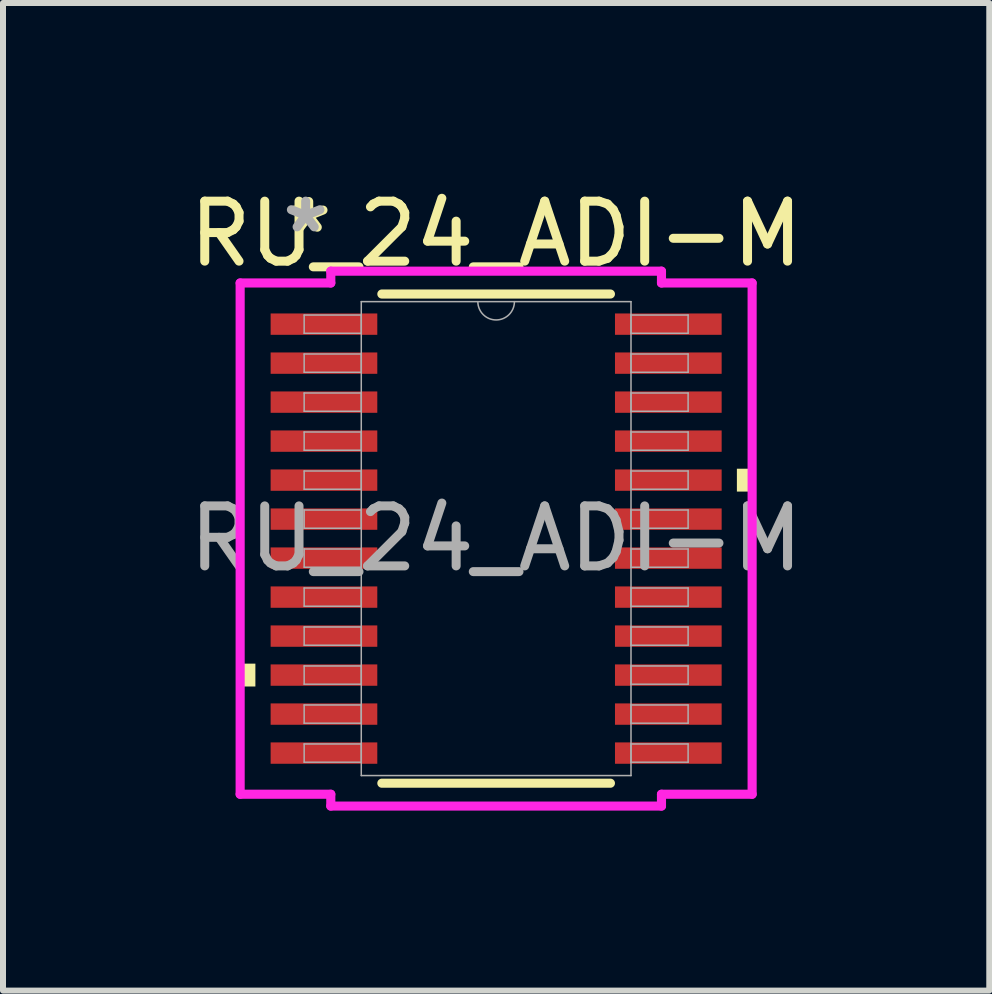
<source format=kicad_pcb>
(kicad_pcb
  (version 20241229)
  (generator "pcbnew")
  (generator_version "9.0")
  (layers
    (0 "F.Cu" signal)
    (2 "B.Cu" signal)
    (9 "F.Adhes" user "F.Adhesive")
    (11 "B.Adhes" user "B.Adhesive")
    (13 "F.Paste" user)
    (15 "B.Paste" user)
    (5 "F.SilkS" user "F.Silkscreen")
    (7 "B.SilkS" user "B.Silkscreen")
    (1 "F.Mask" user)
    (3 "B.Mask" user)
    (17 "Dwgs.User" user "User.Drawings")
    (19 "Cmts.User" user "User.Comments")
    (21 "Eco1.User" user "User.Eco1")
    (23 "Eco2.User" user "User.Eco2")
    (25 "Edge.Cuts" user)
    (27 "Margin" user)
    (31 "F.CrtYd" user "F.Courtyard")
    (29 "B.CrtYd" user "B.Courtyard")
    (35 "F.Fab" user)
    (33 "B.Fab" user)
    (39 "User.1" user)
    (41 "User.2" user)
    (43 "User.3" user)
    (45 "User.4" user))
  (footprint "RU_24_ADI-M"
    (layer "F.Cu")
    (at 5.22 5.928)
    (property "Reference" "RU_24_ADI-M" (at 0 -5.08 0) (unlocked yes) (layer "F.SilkS") (effects (font (size 1 1) (thickness 0.15))))
    (attr smd)
    (fp_line (start -1.905 4.077) (end 1.905 4.077) (stroke (width 0.152) (type solid)) (layer "F.SilkS"))
    (fp_line (start 1.905 -4.077) (end -1.905 -4.077) (stroke (width 0.152) (type solid)) (layer "F.SilkS"))
    (fp_poly (pts (xy -4.267 2.084) (xy -4.267 2.465) (xy -4.013 2.465) (xy -4.013 2.084)) (stroke (width 0) (type solid)) (fill yes) (layer "F.SilkS"))
    (fp_poly (pts (xy 4.267 -1.165) (xy 4.267 -0.784) (xy 4.013 -0.784) (xy 4.013 -1.165)) (stroke (width 0) (type solid)) (fill yes) (layer "F.SilkS"))
    (fp_line (start -4.267 -4.261) (end -2.756 -4.261) (stroke (width 0.152) (type solid)) (layer "F.CrtYd"))
    (fp_line (start -4.267 4.261) (end -4.267 -4.261) (stroke (width 0.152) (type solid)) (layer "F.CrtYd"))
    (fp_line (start -4.267 4.261) (end -2.756 4.261) (stroke (width 0.152) (type solid)) (layer "F.CrtYd"))
    (fp_line (start -2.756 -4.458) (end 2.756 -4.458) (stroke (width 0.152) (type solid)) (layer "F.CrtYd"))
    (fp_line (start -2.756 -4.261) (end -2.756 -4.458) (stroke (width 0.152) (type solid)) (layer "F.CrtYd"))
    (fp_line (start -2.756 4.458) (end -2.756 4.261) (stroke (width 0.152) (type solid)) (layer "F.CrtYd"))
    (fp_line (start 2.756 -4.458) (end 2.756 -4.261) (stroke (width 0.152) (type solid)) (layer "F.CrtYd"))
    (fp_line (start 2.756 4.261) (end 2.756 4.458) (stroke (width 0.152) (type solid)) (layer "F.CrtYd"))
    (fp_line (start 2.756 4.458) (end -2.756 4.458) (stroke (width 0.152) (type solid)) (layer "F.CrtYd"))
    (fp_line (start 4.267 -4.261) (end 2.756 -4.261) (stroke (width 0.152) (type solid)) (layer "F.CrtYd"))
    (fp_line (start 4.267 -4.261) (end 4.267 4.261) (stroke (width 0.152) (type solid)) (layer "F.CrtYd"))
    (fp_line (start 4.267 4.261) (end 2.756 4.261) (stroke (width 0.152) (type solid)) (layer "F.CrtYd"))
    (fp_line (start -3.2 -3.727) (end -3.2 -3.423) (stroke (width 0.025) (type solid)) (layer "F.Fab"))
    (fp_line (start -3.2 -3.423) (end -2.248 -3.423) (stroke (width 0.025) (type solid)) (layer "F.Fab"))
    (fp_line (start -3.2 -3.077) (end -3.2 -2.773) (stroke (width 0.025) (type solid)) (layer "F.Fab"))
    (fp_line (start -3.2 -2.773) (end -2.248 -2.773) (stroke (width 0.025) (type solid)) (layer "F.Fab"))
    (fp_line (start -3.2 -2.427) (end -3.2 -2.123) (stroke (width 0.025) (type solid)) (layer "F.Fab"))
    (fp_line (start -3.2 -2.123) (end -2.248 -2.123) (stroke (width 0.025) (type solid)) (layer "F.Fab"))
    (fp_line (start -3.2 -1.777) (end -3.2 -1.473) (stroke (width 0.025) (type solid)) (layer "F.Fab"))
    (fp_line (start -3.2 -1.473) (end -2.248 -1.473) (stroke (width 0.025) (type solid)) (layer "F.Fab"))
    (fp_line (start -3.2 -1.127) (end -3.2 -0.823) (stroke (width 0.025) (type solid)) (layer "F.Fab"))
    (fp_line (start -3.2 -0.823) (end -2.248 -0.823) (stroke (width 0.025) (type solid)) (layer "F.Fab"))
    (fp_line (start -3.2 -0.477) (end -3.2 -0.173) (stroke (width 0.025) (type solid)) (layer "F.Fab"))
    (fp_line (start -3.2 -0.173) (end -2.248 -0.173) (stroke (width 0.025) (type solid)) (layer "F.Fab"))
    (fp_line (start -3.2 0.173) (end -3.2 0.477) (stroke (width 0.025) (type solid)) (layer "F.Fab"))
    (fp_line (start -3.2 0.477) (end -2.248 0.477) (stroke (width 0.025) (type solid)) (layer "F.Fab"))
    (fp_line (start -3.2 0.823) (end -3.2 1.127) (stroke (width 0.025) (type solid)) (layer "F.Fab"))
    (fp_line (start -3.2 1.127) (end -2.248 1.127) (stroke (width 0.025) (type solid)) (layer "F.Fab"))
    (fp_line (start -3.2 1.473) (end -3.2 1.777) (stroke (width 0.025) (type solid)) (layer "F.Fab"))
    (fp_line (start -3.2 1.777) (end -2.248 1.777) (stroke (width 0.025) (type solid)) (layer "F.Fab"))
    (fp_line (start -3.2 2.123) (end -3.2 2.427) (stroke (width 0.025) (type solid)) (layer "F.Fab"))
    (fp_line (start -3.2 2.427) (end -2.248 2.427) (stroke (width 0.025) (type solid)) (layer "F.Fab"))
    (fp_line (start -3.2 2.773) (end -3.2 3.077) (stroke (width 0.025) (type solid)) (layer "F.Fab"))
    (fp_line (start -3.2 3.077) (end -2.248 3.077) (stroke (width 0.025) (type solid)) (layer "F.Fab"))
    (fp_line (start -3.2 3.423) (end -3.2 3.727) (stroke (width 0.025) (type solid)) (layer "F.Fab"))
    (fp_line (start -3.2 3.727) (end -2.248 3.727) (stroke (width 0.025) (type solid)) (layer "F.Fab"))
    (fp_line (start -2.248 -3.95) (end -2.248 3.95) (stroke (width 0.025) (type solid)) (layer "F.Fab"))
    (fp_line (start -2.248 -3.727) (end -3.2 -3.727) (stroke (width 0.025) (type solid)) (layer "F.Fab"))
    (fp_line (start -2.248 -3.423) (end -2.248 -3.727) (stroke (width 0.025) (type solid)) (layer "F.Fab"))
    (fp_line (start -2.248 -3.077) (end -3.2 -3.077) (stroke (width 0.025) (type solid)) (layer "F.Fab"))
    (fp_line (start -2.248 -2.773) (end -2.248 -3.077) (stroke (width 0.025) (type solid)) (layer "F.Fab"))
    (fp_line (start -2.248 -2.427) (end -3.2 -2.427) (stroke (width 0.025) (type solid)) (layer "F.Fab"))
    (fp_line (start -2.248 -2.123) (end -2.248 -2.427) (stroke (width 0.025) (type solid)) (layer "F.Fab"))
    (fp_line (start -2.248 -1.777) (end -3.2 -1.777) (stroke (width 0.025) (type solid)) (layer "F.Fab"))
    (fp_line (start -2.248 -1.473) (end -2.248 -1.777) (stroke (width 0.025) (type solid)) (layer "F.Fab"))
    (fp_line (start -2.248 -1.127) (end -3.2 -1.127) (stroke (width 0.025) (type solid)) (layer "F.Fab"))
    (fp_line (start -2.248 -0.823) (end -2.248 -1.127) (stroke (width 0.025) (type solid)) (layer "F.Fab"))
    (fp_line (start -2.248 -0.477) (end -3.2 -0.477) (stroke (width 0.025) (type solid)) (layer "F.Fab"))
    (fp_line (start -2.248 -0.173) (end -2.248 -0.477) (stroke (width 0.025) (type solid)) (layer "F.Fab"))
    (fp_line (start -2.248 0.173) (end -3.2 0.173) (stroke (width 0.025) (type solid)) (layer "F.Fab"))
    (fp_line (start -2.248 0.477) (end -2.248 0.173) (stroke (width 0.025) (type solid)) (layer "F.Fab"))
    (fp_line (start -2.248 0.823) (end -3.2 0.823) (stroke (width 0.025) (type solid)) (layer "F.Fab"))
    (fp_line (start -2.248 1.127) (end -2.248 0.823) (stroke (width 0.025) (type solid)) (layer "F.Fab"))
    (fp_line (start -2.248 1.473) (end -3.2 1.473) (stroke (width 0.025) (type solid)) (layer "F.Fab"))
    (fp_line (start -2.248 1.777) (end -2.248 1.473) (stroke (width 0.025) (type solid)) (layer "F.Fab"))
    (fp_line (start -2.248 2.123) (end -3.2 2.123) (stroke (width 0.025) (type solid)) (layer "F.Fab"))
    (fp_line (start -2.248 2.427) (end -2.248 2.123) (stroke (width 0.025) (type solid)) (layer "F.Fab"))
    (fp_line (start -2.248 2.773) (end -3.2 2.773) (stroke (width 0.025) (type solid)) (layer "F.Fab"))
    (fp_line (start -2.248 3.077) (end -2.248 2.773) (stroke (width 0.025) (type solid)) (layer "F.Fab"))
    (fp_line (start -2.248 3.423) (end -3.2 3.423) (stroke (width 0.025) (type solid)) (layer "F.Fab"))
    (fp_line (start -2.248 3.727) (end -2.248 3.423) (stroke (width 0.025) (type solid)) (layer "F.Fab"))
    (fp_line (start -2.248 3.95) (end 2.248 3.95) (stroke (width 0.025) (type solid)) (layer "F.Fab"))
    (fp_line (start 2.248 -3.95) (end -2.248 -3.95) (stroke (width 0.025) (type solid)) (layer "F.Fab"))
    (fp_line (start 2.248 -3.727) (end 2.248 -3.423) (stroke (width 0.025) (type solid)) (layer "F.Fab"))
    (fp_line (start 2.248 -3.423) (end 3.2 -3.423) (stroke (width 0.025) (type solid)) (layer "F.Fab"))
    (fp_line (start 2.248 -3.077) (end 2.248 -2.773) (stroke (width 0.025) (type solid)) (layer "F.Fab"))
    (fp_line (start 2.248 -2.773) (end 3.2 -2.773) (stroke (width 0.025) (type solid)) (layer "F.Fab"))
    (fp_line (start 2.248 -2.427) (end 2.248 -2.123) (stroke (width 0.025) (type solid)) (layer "F.Fab"))
    (fp_line (start 2.248 -2.123) (end 3.2 -2.123) (stroke (width 0.025) (type solid)) (layer "F.Fab"))
    (fp_line (start 2.248 -1.777) (end 2.248 -1.473) (stroke (width 0.025) (type solid)) (layer "F.Fab"))
    (fp_line (start 2.248 -1.473) (end 3.2 -1.473) (stroke (width 0.025) (type solid)) (layer "F.Fab"))
    (fp_line (start 2.248 -1.127) (end 2.248 -0.823) (stroke (width 0.025) (type solid)) (layer "F.Fab"))
    (fp_line (start 2.248 -0.823) (end 3.2 -0.823) (stroke (width 0.025) (type solid)) (layer "F.Fab"))
    (fp_line (start 2.248 -0.477) (end 2.248 -0.173) (stroke (width 0.025) (type solid)) (layer "F.Fab"))
    (fp_line (start 2.248 -0.173) (end 3.2 -0.173) (stroke (width 0.025) (type solid)) (layer "F.Fab"))
    (fp_line (start 2.248 0.173) (end 2.248 0.477) (stroke (width 0.025) (type solid)) (layer "F.Fab"))
    (fp_line (start 2.248 0.477) (end 3.2 0.477) (stroke (width 0.025) (type solid)) (layer "F.Fab"))
    (fp_line (start 2.248 0.823) (end 2.248 1.127) (stroke (width 0.025) (type solid)) (layer "F.Fab"))
    (fp_line (start 2.248 1.127) (end 3.2 1.127) (stroke (width 0.025) (type solid)) (layer "F.Fab"))
    (fp_line (start 2.248 1.473) (end 2.248 1.777) (stroke (width 0.025) (type solid)) (layer "F.Fab"))
    (fp_line (start 2.248 1.777) (end 3.2 1.777) (stroke (width 0.025) (type solid)) (layer "F.Fab"))
    (fp_line (start 2.248 2.123) (end 2.248 2.427) (stroke (width 0.025) (type solid)) (layer "F.Fab"))
    (fp_line (start 2.248 2.427) (end 3.2 2.427) (stroke (width 0.025) (type solid)) (layer "F.Fab"))
    (fp_line (start 2.248 2.773) (end 2.248 3.077) (stroke (width 0.025) (type solid)) (layer "F.Fab"))
    (fp_line (start 2.248 3.077) (end 3.2 3.077) (stroke (width 0.025) (type solid)) (layer "F.Fab"))
    (fp_line (start 2.248 3.423) (end 2.248 3.727) (stroke (width 0.025) (type solid)) (layer "F.Fab"))
    (fp_line (start 2.248 3.727) (end 3.2 3.727) (stroke (width 0.025) (type solid)) (layer "F.Fab"))
    (fp_line (start 2.248 3.95) (end 2.248 -3.95) (stroke (width 0.025) (type solid)) (layer "F.Fab"))
    (fp_line (start 3.2 -3.727) (end 2.248 -3.727) (stroke (width 0.025) (type solid)) (layer "F.Fab"))
    (fp_line (start 3.2 -3.423) (end 3.2 -3.727) (stroke (width 0.025) (type solid)) (layer "F.Fab"))
    (fp_line (start 3.2 -3.077) (end 2.248 -3.077) (stroke (width 0.025) (type solid)) (layer "F.Fab"))
    (fp_line (start 3.2 -2.773) (end 3.2 -3.077) (stroke (width 0.025) (type solid)) (layer "F.Fab"))
    (fp_line (start 3.2 -2.427) (end 2.248 -2.427) (stroke (width 0.025) (type solid)) (layer "F.Fab"))
    (fp_line (start 3.2 -2.123) (end 3.2 -2.427) (stroke (width 0.025) (type solid)) (layer "F.Fab"))
    (fp_line (start 3.2 -1.777) (end 2.248 -1.777) (stroke (width 0.025) (type solid)) (layer "F.Fab"))
    (fp_line (start 3.2 -1.473) (end 3.2 -1.777) (stroke (width 0.025) (type solid)) (layer "F.Fab"))
    (fp_line (start 3.2 -1.127) (end 2.248 -1.127) (stroke (width 0.025) (type solid)) (layer "F.Fab"))
    (fp_line (start 3.2 -0.823) (end 3.2 -1.127) (stroke (width 0.025) (type solid)) (layer "F.Fab"))
    (fp_line (start 3.2 -0.477) (end 2.248 -0.477) (stroke (width 0.025) (type solid)) (layer "F.Fab"))
    (fp_line (start 3.2 -0.173) (end 3.2 -0.477) (stroke (width 0.025) (type solid)) (layer "F.Fab"))
    (fp_line (start 3.2 0.173) (end 2.248 0.173) (stroke (width 0.025) (type solid)) (layer "F.Fab"))
    (fp_line (start 3.2 0.477) (end 3.2 0.173) (stroke (width 0.025) (type solid)) (layer "F.Fab"))
    (fp_line (start 3.2 0.823) (end 2.248 0.823) (stroke (width 0.025) (type solid)) (layer "F.Fab"))
    (fp_line (start 3.2 1.127) (end 3.2 0.823) (stroke (width 0.025) (type solid)) (layer "F.Fab"))
    (fp_line (start 3.2 1.473) (end 2.248 1.473) (stroke (width 0.025) (type solid)) (layer "F.Fab"))
    (fp_line (start 3.2 1.777) (end 3.2 1.473) (stroke (width 0.025) (type solid)) (layer "F.Fab"))
    (fp_line (start 3.2 2.123) (end 2.248 2.123) (stroke (width 0.025) (type solid)) (layer "F.Fab"))
    (fp_line (start 3.2 2.427) (end 3.2 2.123) (stroke (width 0.025) (type solid)) (layer "F.Fab"))
    (fp_line (start 3.2 2.773) (end 2.248 2.773) (stroke (width 0.025) (type solid)) (layer "F.Fab"))
    (fp_line (start 3.2 3.077) (end 3.2 2.773) (stroke (width 0.025) (type solid)) (layer "F.Fab"))
    (fp_line (start 3.2 3.423) (end 2.248 3.423) (stroke (width 0.025) (type solid)) (layer "F.Fab"))
    (fp_line (start 3.2 3.727) (end 3.2 3.423) (stroke (width 0.025) (type solid)) (layer "F.Fab"))
    (fp_arc (start 0.3048 -3.9497) (mid 0 -3.6449) (end -0.3048 -3.9497) (stroke (width 0.0254) (type solid)) (layer "F.Fab"))
    (fp_text user "*" (at -3.124 -5.074 0) (unlocked yes) (layer "F.SilkS") (effects (font (size 1 1) (thickness 0.15))))
    (fp_text user "${REFERENCE}" (at 0 0 0) (unlocked yes) (layer "F.Fab") (effects (font (size 1 1) (thickness 0.15))))
    (fp_text user "*" (at -3.175 -5.08 0) (layer "F.Fab") (effects (font (size 1 1) (thickness 0.15))))
    (pad "1" smd rect (at -2.87 -3.575) (size 1.778 0.356) (layers "F.Cu" "F.Mask" "F.Paste"))
    (pad "2" smd rect (at -2.87 -2.925) (size 1.778 0.356) (layers "F.Cu" "F.Mask" "F.Paste"))
    (pad "3" smd rect (at -2.87 -2.275) (size 1.778 0.356) (layers "F.Cu" "F.Mask" "F.Paste"))
    (pad "4" smd rect (at -2.87 -1.625) (size 1.778 0.356) (layers "F.Cu" "F.Mask" "F.Paste"))
    (pad "5" smd rect (at -2.87 -0.975) (size 1.778 0.356) (layers "F.Cu" "F.Mask" "F.Paste"))
    (pad "6" smd rect (at -2.87 -0.325) (size 1.778 0.356) (layers "F.Cu" "F.Mask" "F.Paste"))
    (pad "7" smd rect (at -2.87 0.325) (size 1.778 0.356) (layers "F.Cu" "F.Mask" "F.Paste"))
    (pad "8" smd rect (at -2.87 0.975) (size 1.778 0.356) (layers "F.Cu" "F.Mask" "F.Paste"))
    (pad "9" smd rect (at -2.87 1.625) (size 1.778 0.356) (layers "F.Cu" "F.Mask" "F.Paste"))
    (pad "10" smd rect (at -2.87 2.275) (size 1.778 0.356) (layers "F.Cu" "F.Mask" "F.Paste"))
    (pad "11" smd rect (at -2.87 2.925) (size 1.778 0.356) (layers "F.Cu" "F.Mask" "F.Paste"))
    (pad "12" smd rect (at -2.87 3.575) (size 1.778 0.356) (layers "F.Cu" "F.Mask" "F.Paste"))
    (pad "13" smd rect (at 2.87 3.575) (size 1.778 0.356) (layers "F.Cu" "F.Mask" "F.Paste"))
    (pad "14" smd rect (at 2.87 2.925) (size 1.778 0.356) (layers "F.Cu" "F.Mask" "F.Paste"))
    (pad "15" smd rect (at 2.87 2.275) (size 1.778 0.356) (layers "F.Cu" "F.Mask" "F.Paste"))
    (pad "16" smd rect (at 2.87 1.625) (size 1.778 0.356) (layers "F.Cu" "F.Mask" "F.Paste"))
    (pad "17" smd rect (at 2.87 0.975) (size 1.778 0.356) (layers "F.Cu" "F.Mask" "F.Paste"))
    (pad "18" smd rect (at 2.87 0.325) (size 1.778 0.356) (layers "F.Cu" "F.Mask" "F.Paste"))
    (pad "19" smd rect (at 2.87 -0.325) (size 1.778 0.356) (layers "F.Cu" "F.Mask" "F.Paste"))
    (pad "20" smd rect (at 2.87 -0.975) (size 1.778 0.356) (layers "F.Cu" "F.Mask" "F.Paste"))
    (pad "21" smd rect (at 2.87 -1.625) (size 1.778 0.356) (layers "F.Cu" "F.Mask" "F.Paste"))
    (pad "22" smd rect (at 2.87 -2.275) (size 1.778 0.356) (layers "F.Cu" "F.Mask" "F.Paste"))
    (pad "23" smd rect (at 2.87 -2.925) (size 1.778 0.356) (layers "F.Cu" "F.Mask" "F.Paste"))
    (pad "24" smd rect (at 2.87 -3.575) (size 1.778 0.356) (layers "F.Cu" "F.Mask" "F.Paste")))
  (gr_rect
    (start -3 -3)
    (end 13.44 13.462)
    (stroke (width 0.1) (type default))
    (fill no)
    (layer "Edge.Cuts")))
</source>
